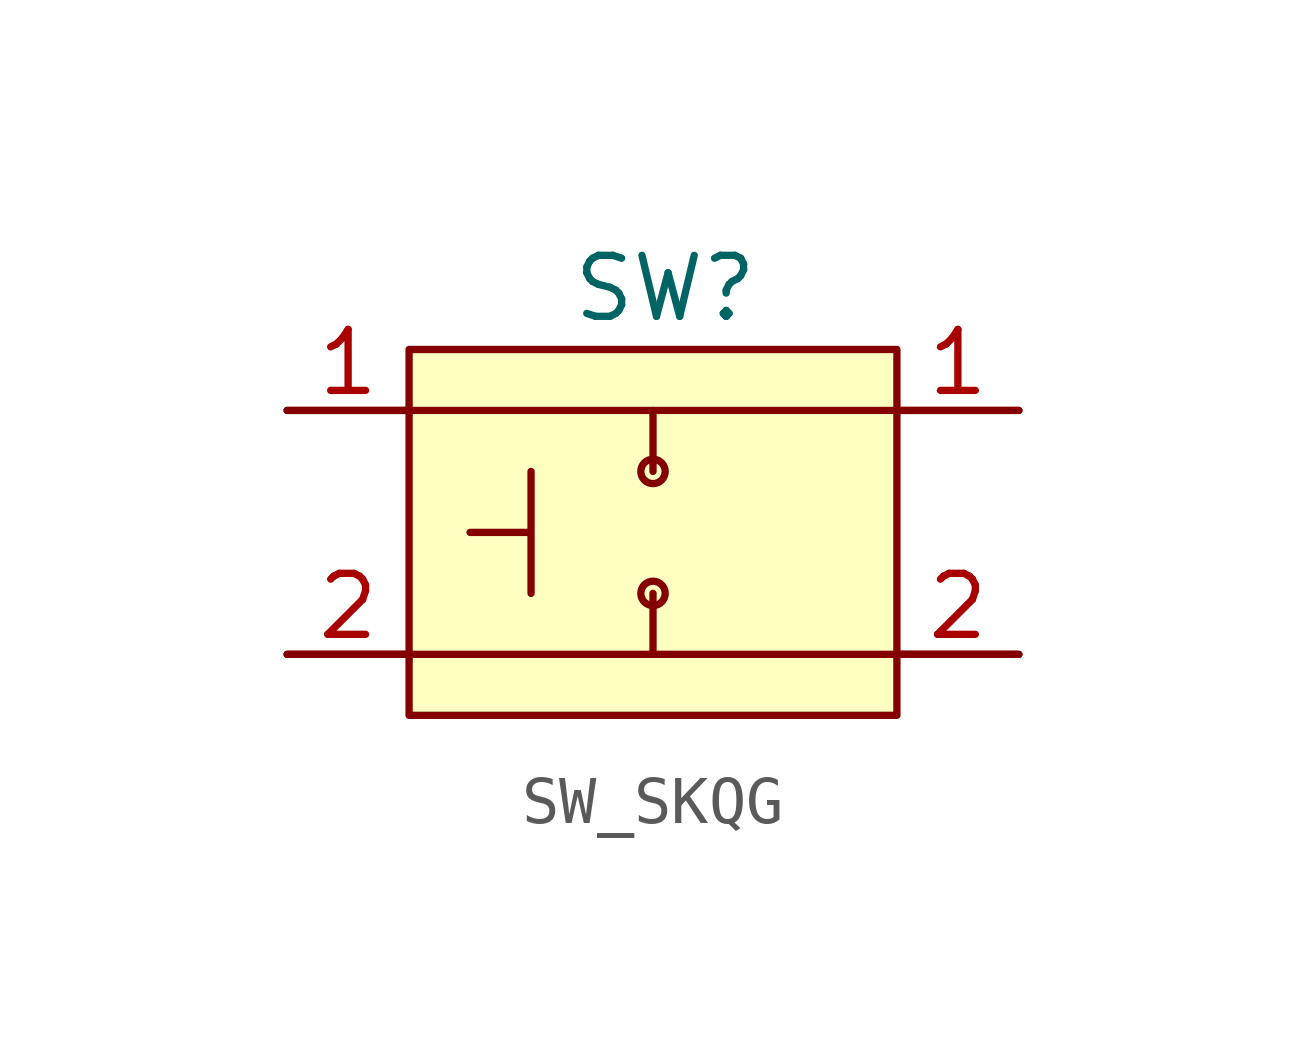
<source format=kicad_sym>
(kicad_symbol_lib
  (version 20231120)
  (generator "kicad_symbol_editor")
  (generator_version "8.0")
  (symbol "SW_SKQG"
    (property "Reference" "SW"
      (at 0.254 5.08 0)
      (effects (font (size 1.27 1.27))))
    (property "Value" ""
      (at 0 0 0)
      (effects (font (size 1.27 1.27))))
    (symbol "SW_SKQG_0_1"
      (rectangle (start -5.08 3.81) (end 5.08 -3.81) (stroke (width 0) (type default)) (fill (type background)))
      (circle (center 0 -1.27) (radius 0.254) (stroke (width 0) (type default)) (fill (type none)))
      (polyline (pts (xy -7.62 -2.54) (xy 7.62 -2.54)) (stroke (width 0) (type default)) (fill (type none)))
      (polyline (pts (xy -7.62 2.54) (xy 7.62 2.54)) (stroke (width 0) (type default)) (fill (type none)))
      (polyline (pts (xy 0 -2.54) (xy 0 -1.27)) (stroke (width 0) (type default)) (fill (type none)))
      (polyline (pts (xy 0 2.54) (xy 0 1.27)) (stroke (width 0) (type default)) (fill (type none)))
      (polyline (pts (xy -2.54 1.27) (xy -2.54 -1.27) (xy -2.54 0) (xy -3.81 0)) (stroke (width 0) (type default)) (fill (type none)))
      (circle (center 0 1.27) (radius 0.254) (stroke (width 0) (type default)) (fill (type none))))
    (symbol "SW_SKQG_1_1"
      (pin passive line (at -7.62 2.54 0) (length 2.54) (name "" (effects (font (size 1.27 1.27)))) (number "1" (effects (font (size 1.27 1.27)))))
      (pin passive line (at 7.62 2.54 180) (length 2.54) (name "" (effects (font (size 1.27 1.27)))) (number "1" (effects (font (size 1.27 1.27)))))
      (pin passive line (at -7.62 -2.54 0) (length 2.54) (name "" (effects (font (size 1.27 1.27)))) (number "2" (effects (font (size 1.27 1.27)))))
      (pin passive line (at 7.62 -2.54 180) (length 2.54) (name "" (effects (font (size 1.27 1.27)))) (number "2" (effects (font (size 1.27 1.27))))))))
</source>
